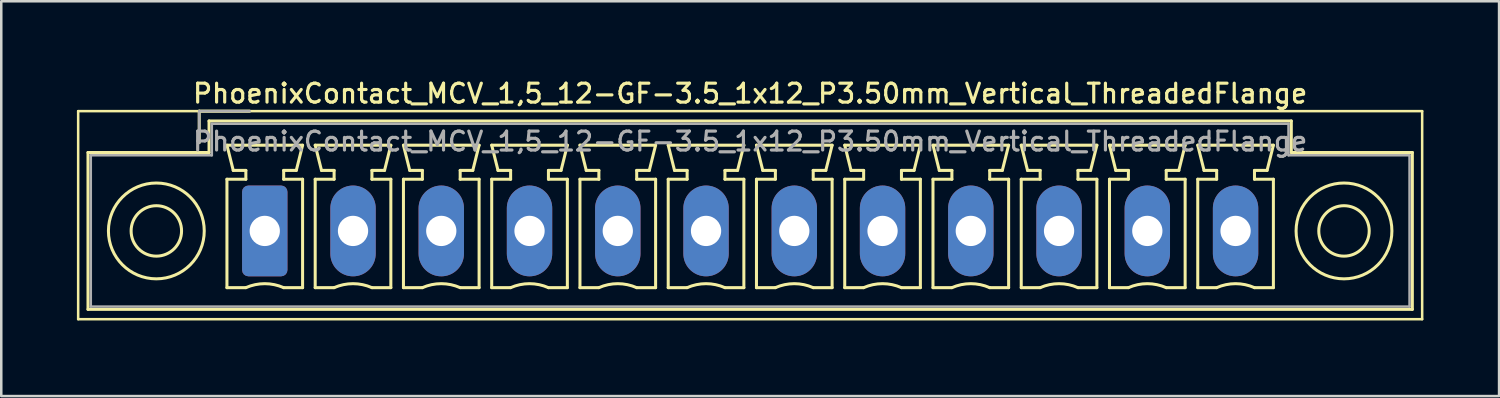
<source format=kicad_pcb>
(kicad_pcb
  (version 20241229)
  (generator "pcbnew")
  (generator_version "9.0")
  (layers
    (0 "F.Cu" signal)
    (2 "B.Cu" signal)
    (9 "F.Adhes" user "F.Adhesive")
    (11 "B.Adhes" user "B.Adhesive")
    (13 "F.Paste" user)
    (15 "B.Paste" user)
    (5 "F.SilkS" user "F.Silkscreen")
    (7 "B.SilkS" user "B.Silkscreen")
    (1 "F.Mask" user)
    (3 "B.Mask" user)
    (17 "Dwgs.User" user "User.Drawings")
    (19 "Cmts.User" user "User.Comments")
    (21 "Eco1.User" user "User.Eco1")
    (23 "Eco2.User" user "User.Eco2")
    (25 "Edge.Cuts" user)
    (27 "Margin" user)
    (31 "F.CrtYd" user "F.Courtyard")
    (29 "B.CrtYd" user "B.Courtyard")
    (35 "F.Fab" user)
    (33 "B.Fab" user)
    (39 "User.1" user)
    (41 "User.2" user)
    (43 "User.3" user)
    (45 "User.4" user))
  (footprint "PhoenixContact_MCV_1,5_12-GF-3.5_1x12_P3.50mm_Vertical_ThreadedFlange"
    (layer "F.Cu")
    (at 7.45 6.108)
    (property "Reference" "PhoenixContact_MCV_1,5_12-GF-3.5_1x12_P3.50mm_Vertical_ThreadedFlange" (at 19.25 -5.45 0) (layer "F.SilkS") (effects (font (size 0.75 0.75) (thickness 0.125))))
    (attr through_hole)
    (fp_line (start -7.4 -4.75) (end -7.4 3.5) (stroke (width 0.1) (type solid)) (layer "F.SilkS"))
    (fp_line (start -7.4 3.5) (end 45.9 3.5) (stroke (width 0.1) (type solid)) (layer "F.SilkS"))
    (fp_line (start -7.01 -3.11) (end -7.01 3.11) (stroke (width 0.12) (type solid)) (layer "F.SilkS"))
    (fp_line (start -7.01 3.11) (end 45.51 3.11) (stroke (width 0.12) (type solid)) (layer "F.SilkS"))
    (fp_line (start -2.6 -4.75) (end -0.6 -4.75) (stroke (width 0.12) (type solid)) (layer "F.SilkS"))
    (fp_line (start -2.6 -3.5) (end -2.6 -4.75) (stroke (width 0.12) (type solid)) (layer "F.SilkS"))
    (fp_line (start -2.21 -4.36) (end -2.21 -3.11) (stroke (width 0.12) (type solid)) (layer "F.SilkS"))
    (fp_line (start -2.21 -3.11) (end -7.01 -3.11) (stroke (width 0.12) (type solid)) (layer "F.SilkS"))
    (fp_line (start -1.5 -3.4) (end 1.5 -3.4) (stroke (width 0.12) (type solid)) (layer "F.SilkS"))
    (fp_line (start -1.5 -2.05) (end -0.75 -2.05) (stroke (width 0.12) (type solid)) (layer "F.SilkS"))
    (fp_line (start -1.5 2.25) (end -1.5 -2.05) (stroke (width 0.12) (type solid)) (layer "F.SilkS"))
    (fp_line (start -1.25 -2.4) (end -1.5 -3.4) (stroke (width 0.12) (type solid)) (layer "F.SilkS"))
    (fp_line (start -0.75 -2.4) (end -1.25 -2.4) (stroke (width 0.12) (type solid)) (layer "F.SilkS"))
    (fp_line (start -0.75 -2.05) (end -0.75 -2.4) (stroke (width 0.12) (type solid)) (layer "F.SilkS"))
    (fp_line (start -0.75 2.25) (end -1.5 2.25) (stroke (width 0.12) (type solid)) (layer "F.SilkS"))
    (fp_line (start 0.75 -2.4) (end 0.75 -2.05) (stroke (width 0.12) (type solid)) (layer "F.SilkS"))
    (fp_line (start 0.75 -2.05) (end 1.5 -2.05) (stroke (width 0.12) (type solid)) (layer "F.SilkS"))
    (fp_line (start 1.25 -2.4) (end 0.75 -2.4) (stroke (width 0.12) (type solid)) (layer "F.SilkS"))
    (fp_line (start 1.5 -3.4) (end 1.25 -2.4) (stroke (width 0.12) (type solid)) (layer "F.SilkS"))
    (fp_line (start 1.5 -2.05) (end 1.5 2.25) (stroke (width 0.12) (type solid)) (layer "F.SilkS"))
    (fp_line (start 1.5 2.25) (end 0.75 2.25) (stroke (width 0.12) (type solid)) (layer "F.SilkS"))
    (fp_line (start 2 -3.4) (end 5 -3.4) (stroke (width 0.12) (type solid)) (layer "F.SilkS"))
    (fp_line (start 2 -2.05) (end 2.75 -2.05) (stroke (width 0.12) (type solid)) (layer "F.SilkS"))
    (fp_line (start 2 2.25) (end 2 -2.05) (stroke (width 0.12) (type solid)) (layer "F.SilkS"))
    (fp_line (start 2.25 -2.4) (end 2 -3.4) (stroke (width 0.12) (type solid)) (layer "F.SilkS"))
    (fp_line (start 2.75 -2.4) (end 2.25 -2.4) (stroke (width 0.12) (type solid)) (layer "F.SilkS"))
    (fp_line (start 2.75 -2.05) (end 2.75 -2.4) (stroke (width 0.12) (type solid)) (layer "F.SilkS"))
    (fp_line (start 2.75 2.25) (end 2 2.25) (stroke (width 0.12) (type solid)) (layer "F.SilkS"))
    (fp_line (start 4.25 -2.4) (end 4.25 -2.05) (stroke (width 0.12) (type solid)) (layer "F.SilkS"))
    (fp_line (start 4.25 -2.05) (end 5 -2.05) (stroke (width 0.12) (type solid)) (layer "F.SilkS"))
    (fp_line (start 4.75 -2.4) (end 4.25 -2.4) (stroke (width 0.12) (type solid)) (layer "F.SilkS"))
    (fp_line (start 5 -3.4) (end 4.75 -2.4) (stroke (width 0.12) (type solid)) (layer "F.SilkS"))
    (fp_line (start 5 -2.05) (end 5 2.25) (stroke (width 0.12) (type solid)) (layer "F.SilkS"))
    (fp_line (start 5 2.25) (end 4.25 2.25) (stroke (width 0.12) (type solid)) (layer "F.SilkS"))
    (fp_line (start 5.5 -3.4) (end 8.5 -3.4) (stroke (width 0.12) (type solid)) (layer "F.SilkS"))
    (fp_line (start 5.5 -2.05) (end 6.25 -2.05) (stroke (width 0.12) (type solid)) (layer "F.SilkS"))
    (fp_line (start 5.5 2.25) (end 5.5 -2.05) (stroke (width 0.12) (type solid)) (layer "F.SilkS"))
    (fp_line (start 5.75 -2.4) (end 5.5 -3.4) (stroke (width 0.12) (type solid)) (layer "F.SilkS"))
    (fp_line (start 6.25 -2.4) (end 5.75 -2.4) (stroke (width 0.12) (type solid)) (layer "F.SilkS"))
    (fp_line (start 6.25 -2.05) (end 6.25 -2.4) (stroke (width 0.12) (type solid)) (layer "F.SilkS"))
    (fp_line (start 6.25 2.25) (end 5.5 2.25) (stroke (width 0.12) (type solid)) (layer "F.SilkS"))
    (fp_line (start 7.75 -2.4) (end 7.75 -2.05) (stroke (width 0.12) (type solid)) (layer "F.SilkS"))
    (fp_line (start 7.75 -2.05) (end 8.5 -2.05) (stroke (width 0.12) (type solid)) (layer "F.SilkS"))
    (fp_line (start 8.25 -2.4) (end 7.75 -2.4) (stroke (width 0.12) (type solid)) (layer "F.SilkS"))
    (fp_line (start 8.5 -3.4) (end 8.25 -2.4) (stroke (width 0.12) (type solid)) (layer "F.SilkS"))
    (fp_line (start 8.5 -2.05) (end 8.5 2.25) (stroke (width 0.12) (type solid)) (layer "F.SilkS"))
    (fp_line (start 8.5 2.25) (end 7.75 2.25) (stroke (width 0.12) (type solid)) (layer "F.SilkS"))
    (fp_line (start 9 -3.4) (end 12 -3.4) (stroke (width 0.12) (type solid)) (layer "F.SilkS"))
    (fp_line (start 9 -2.05) (end 9.75 -2.05) (stroke (width 0.12) (type solid)) (layer "F.SilkS"))
    (fp_line (start 9 2.25) (end 9 -2.05) (stroke (width 0.12) (type solid)) (layer "F.SilkS"))
    (fp_line (start 9.25 -2.4) (end 9 -3.4) (stroke (width 0.12) (type solid)) (layer "F.SilkS"))
    (fp_line (start 9.75 -2.4) (end 9.25 -2.4) (stroke (width 0.12) (type solid)) (layer "F.SilkS"))
    (fp_line (start 9.75 -2.05) (end 9.75 -2.4) (stroke (width 0.12) (type solid)) (layer "F.SilkS"))
    (fp_line (start 9.75 2.25) (end 9 2.25) (stroke (width 0.12) (type solid)) (layer "F.SilkS"))
    (fp_line (start 11.25 -2.4) (end 11.25 -2.05) (stroke (width 0.12) (type solid)) (layer "F.SilkS"))
    (fp_line (start 11.25 -2.05) (end 12 -2.05) (stroke (width 0.12) (type solid)) (layer "F.SilkS"))
    (fp_line (start 11.75 -2.4) (end 11.25 -2.4) (stroke (width 0.12) (type solid)) (layer "F.SilkS"))
    (fp_line (start 12 -3.4) (end 11.75 -2.4) (stroke (width 0.12) (type solid)) (layer "F.SilkS"))
    (fp_line (start 12 -2.05) (end 12 2.25) (stroke (width 0.12) (type solid)) (layer "F.SilkS"))
    (fp_line (start 12 2.25) (end 11.25 2.25) (stroke (width 0.12) (type solid)) (layer "F.SilkS"))
    (fp_line (start 12.5 -3.4) (end 15.5 -3.4) (stroke (width 0.12) (type solid)) (layer "F.SilkS"))
    (fp_line (start 12.5 -2.05) (end 13.25 -2.05) (stroke (width 0.12) (type solid)) (layer "F.SilkS"))
    (fp_line (start 12.5 2.25) (end 12.5 -2.05) (stroke (width 0.12) (type solid)) (layer "F.SilkS"))
    (fp_line (start 12.75 -2.4) (end 12.5 -3.4) (stroke (width 0.12) (type solid)) (layer "F.SilkS"))
    (fp_line (start 13.25 -2.4) (end 12.75 -2.4) (stroke (width 0.12) (type solid)) (layer "F.SilkS"))
    (fp_line (start 13.25 -2.05) (end 13.25 -2.4) (stroke (width 0.12) (type solid)) (layer "F.SilkS"))
    (fp_line (start 13.25 2.25) (end 12.5 2.25) (stroke (width 0.12) (type solid)) (layer "F.SilkS"))
    (fp_line (start 14.75 -2.4) (end 14.75 -2.05) (stroke (width 0.12) (type solid)) (layer "F.SilkS"))
    (fp_line (start 14.75 -2.05) (end 15.5 -2.05) (stroke (width 0.12) (type solid)) (layer "F.SilkS"))
    (fp_line (start 15.25 -2.4) (end 14.75 -2.4) (stroke (width 0.12) (type solid)) (layer "F.SilkS"))
    (fp_line (start 15.5 -3.4) (end 15.25 -2.4) (stroke (width 0.12) (type solid)) (layer "F.SilkS"))
    (fp_line (start 15.5 -2.05) (end 15.5 2.25) (stroke (width 0.12) (type solid)) (layer "F.SilkS"))
    (fp_line (start 15.5 2.25) (end 14.75 2.25) (stroke (width 0.12) (type solid)) (layer "F.SilkS"))
    (fp_line (start 16 -3.4) (end 19 -3.4) (stroke (width 0.12) (type solid)) (layer "F.SilkS"))
    (fp_line (start 16 -2.05) (end 16.75 -2.05) (stroke (width 0.12) (type solid)) (layer "F.SilkS"))
    (fp_line (start 16 2.25) (end 16 -2.05) (stroke (width 0.12) (type solid)) (layer "F.SilkS"))
    (fp_line (start 16.25 -2.4) (end 16 -3.4) (stroke (width 0.12) (type solid)) (layer "F.SilkS"))
    (fp_line (start 16.75 -2.4) (end 16.25 -2.4) (stroke (width 0.12) (type solid)) (layer "F.SilkS"))
    (fp_line (start 16.75 -2.05) (end 16.75 -2.4) (stroke (width 0.12) (type solid)) (layer "F.SilkS"))
    (fp_line (start 16.75 2.25) (end 16 2.25) (stroke (width 0.12) (type solid)) (layer "F.SilkS"))
    (fp_line (start 18.25 -2.4) (end 18.25 -2.05) (stroke (width 0.12) (type solid)) (layer "F.SilkS"))
    (fp_line (start 18.25 -2.05) (end 19 -2.05) (stroke (width 0.12) (type solid)) (layer "F.SilkS"))
    (fp_line (start 18.75 -2.4) (end 18.25 -2.4) (stroke (width 0.12) (type solid)) (layer "F.SilkS"))
    (fp_line (start 19 -3.4) (end 18.75 -2.4) (stroke (width 0.12) (type solid)) (layer "F.SilkS"))
    (fp_line (start 19 -2.05) (end 19 2.25) (stroke (width 0.12) (type solid)) (layer "F.SilkS"))
    (fp_line (start 19 2.25) (end 18.25 2.25) (stroke (width 0.12) (type solid)) (layer "F.SilkS"))
    (fp_line (start 19.5 -3.4) (end 22.5 -3.4) (stroke (width 0.12) (type solid)) (layer "F.SilkS"))
    (fp_line (start 19.5 -2.05) (end 20.25 -2.05) (stroke (width 0.12) (type solid)) (layer "F.SilkS"))
    (fp_line (start 19.5 2.25) (end 19.5 -2.05) (stroke (width 0.12) (type solid)) (layer "F.SilkS"))
    (fp_line (start 19.75 -2.4) (end 19.5 -3.4) (stroke (width 0.12) (type solid)) (layer "F.SilkS"))
    (fp_line (start 20.25 -2.4) (end 19.75 -2.4) (stroke (width 0.12) (type solid)) (layer "F.SilkS"))
    (fp_line (start 20.25 -2.05) (end 20.25 -2.4) (stroke (width 0.12) (type solid)) (layer "F.SilkS"))
    (fp_line (start 20.25 2.25) (end 19.5 2.25) (stroke (width 0.12) (type solid)) (layer "F.SilkS"))
    (fp_line (start 21.75 -2.4) (end 21.75 -2.05) (stroke (width 0.12) (type solid)) (layer "F.SilkS"))
    (fp_line (start 21.75 -2.05) (end 22.5 -2.05) (stroke (width 0.12) (type solid)) (layer "F.SilkS"))
    (fp_line (start 22.25 -2.4) (end 21.75 -2.4) (stroke (width 0.12) (type solid)) (layer "F.SilkS"))
    (fp_line (start 22.5 -3.4) (end 22.25 -2.4) (stroke (width 0.12) (type solid)) (layer "F.SilkS"))
    (fp_line (start 22.5 -2.05) (end 22.5 2.25) (stroke (width 0.12) (type solid)) (layer "F.SilkS"))
    (fp_line (start 22.5 2.25) (end 21.75 2.25) (stroke (width 0.12) (type solid)) (layer "F.SilkS"))
    (fp_line (start 23 -3.4) (end 26 -3.4) (stroke (width 0.12) (type solid)) (layer "F.SilkS"))
    (fp_line (start 23 -2.05) (end 23.75 -2.05) (stroke (width 0.12) (type solid)) (layer "F.SilkS"))
    (fp_line (start 23 2.25) (end 23 -2.05) (stroke (width 0.12) (type solid)) (layer "F.SilkS"))
    (fp_line (start 23.25 -2.4) (end 23 -3.4) (stroke (width 0.12) (type solid)) (layer "F.SilkS"))
    (fp_line (start 23.75 -2.4) (end 23.25 -2.4) (stroke (width 0.12) (type solid)) (layer "F.SilkS"))
    (fp_line (start 23.75 -2.05) (end 23.75 -2.4) (stroke (width 0.12) (type solid)) (layer "F.SilkS"))
    (fp_line (start 23.75 2.25) (end 23 2.25) (stroke (width 0.12) (type solid)) (layer "F.SilkS"))
    (fp_line (start 25.25 -2.4) (end 25.25 -2.05) (stroke (width 0.12) (type solid)) (layer "F.SilkS"))
    (fp_line (start 25.25 -2.05) (end 26 -2.05) (stroke (width 0.12) (type solid)) (layer "F.SilkS"))
    (fp_line (start 25.75 -2.4) (end 25.25 -2.4) (stroke (width 0.12) (type solid)) (layer "F.SilkS"))
    (fp_line (start 26 -3.4) (end 25.75 -2.4) (stroke (width 0.12) (type solid)) (layer "F.SilkS"))
    (fp_line (start 26 -2.05) (end 26 2.25) (stroke (width 0.12) (type solid)) (layer "F.SilkS"))
    (fp_line (start 26 2.25) (end 25.25 2.25) (stroke (width 0.12) (type solid)) (layer "F.SilkS"))
    (fp_line (start 26.5 -3.4) (end 29.5 -3.4) (stroke (width 0.12) (type solid)) (layer "F.SilkS"))
    (fp_line (start 26.5 -2.05) (end 27.25 -2.05) (stroke (width 0.12) (type solid)) (layer "F.SilkS"))
    (fp_line (start 26.5 2.25) (end 26.5 -2.05) (stroke (width 0.12) (type solid)) (layer "F.SilkS"))
    (fp_line (start 26.75 -2.4) (end 26.5 -3.4) (stroke (width 0.12) (type solid)) (layer "F.SilkS"))
    (fp_line (start 27.25 -2.4) (end 26.75 -2.4) (stroke (width 0.12) (type solid)) (layer "F.SilkS"))
    (fp_line (start 27.25 -2.05) (end 27.25 -2.4) (stroke (width 0.12) (type solid)) (layer "F.SilkS"))
    (fp_line (start 27.25 2.25) (end 26.5 2.25) (stroke (width 0.12) (type solid)) (layer "F.SilkS"))
    (fp_line (start 28.75 -2.4) (end 28.75 -2.05) (stroke (width 0.12) (type solid)) (layer "F.SilkS"))
    (fp_line (start 28.75 -2.05) (end 29.5 -2.05) (stroke (width 0.12) (type solid)) (layer "F.SilkS"))
    (fp_line (start 29.25 -2.4) (end 28.75 -2.4) (stroke (width 0.12) (type solid)) (layer "F.SilkS"))
    (fp_line (start 29.5 -3.4) (end 29.25 -2.4) (stroke (width 0.12) (type solid)) (layer "F.SilkS"))
    (fp_line (start 29.5 -2.05) (end 29.5 2.25) (stroke (width 0.12) (type solid)) (layer "F.SilkS"))
    (fp_line (start 29.5 2.25) (end 28.75 2.25) (stroke (width 0.12) (type solid)) (layer "F.SilkS"))
    (fp_line (start 30 -3.4) (end 33 -3.4) (stroke (width 0.12) (type solid)) (layer "F.SilkS"))
    (fp_line (start 30 -2.05) (end 30.75 -2.05) (stroke (width 0.12) (type solid)) (layer "F.SilkS"))
    (fp_line (start 30 2.25) (end 30 -2.05) (stroke (width 0.12) (type solid)) (layer "F.SilkS"))
    (fp_line (start 30.25 -2.4) (end 30 -3.4) (stroke (width 0.12) (type solid)) (layer "F.SilkS"))
    (fp_line (start 30.75 -2.4) (end 30.25 -2.4) (stroke (width 0.12) (type solid)) (layer "F.SilkS"))
    (fp_line (start 30.75 -2.05) (end 30.75 -2.4) (stroke (width 0.12) (type solid)) (layer "F.SilkS"))
    (fp_line (start 30.75 2.25) (end 30 2.25) (stroke (width 0.12) (type solid)) (layer "F.SilkS"))
    (fp_line (start 32.25 -2.4) (end 32.25 -2.05) (stroke (width 0.12) (type solid)) (layer "F.SilkS"))
    (fp_line (start 32.25 -2.05) (end 33 -2.05) (stroke (width 0.12) (type solid)) (layer "F.SilkS"))
    (fp_line (start 32.75 -2.4) (end 32.25 -2.4) (stroke (width 0.12) (type solid)) (layer "F.SilkS"))
    (fp_line (start 33 -3.4) (end 32.75 -2.4) (stroke (width 0.12) (type solid)) (layer "F.SilkS"))
    (fp_line (start 33 -2.05) (end 33 2.25) (stroke (width 0.12) (type solid)) (layer "F.SilkS"))
    (fp_line (start 33 2.25) (end 32.25 2.25) (stroke (width 0.12) (type solid)) (layer "F.SilkS"))
    (fp_line (start 33.5 -3.4) (end 36.5 -3.4) (stroke (width 0.12) (type solid)) (layer "F.SilkS"))
    (fp_line (start 33.5 -2.05) (end 34.25 -2.05) (stroke (width 0.12) (type solid)) (layer "F.SilkS"))
    (fp_line (start 33.5 2.25) (end 33.5 -2.05) (stroke (width 0.12) (type solid)) (layer "F.SilkS"))
    (fp_line (start 33.75 -2.4) (end 33.5 -3.4) (stroke (width 0.12) (type solid)) (layer "F.SilkS"))
    (fp_line (start 34.25 -2.4) (end 33.75 -2.4) (stroke (width 0.12) (type solid)) (layer "F.SilkS"))
    (fp_line (start 34.25 -2.05) (end 34.25 -2.4) (stroke (width 0.12) (type solid)) (layer "F.SilkS"))
    (fp_line (start 34.25 2.25) (end 33.5 2.25) (stroke (width 0.12) (type solid)) (layer "F.SilkS"))
    (fp_line (start 35.75 -2.4) (end 35.75 -2.05) (stroke (width 0.12) (type solid)) (layer "F.SilkS"))
    (fp_line (start 35.75 -2.05) (end 36.5 -2.05) (stroke (width 0.12) (type solid)) (layer "F.SilkS"))
    (fp_line (start 36.25 -2.4) (end 35.75 -2.4) (stroke (width 0.12) (type solid)) (layer "F.SilkS"))
    (fp_line (start 36.5 -3.4) (end 36.25 -2.4) (stroke (width 0.12) (type solid)) (layer "F.SilkS"))
    (fp_line (start 36.5 -2.05) (end 36.5 2.25) (stroke (width 0.12) (type solid)) (layer "F.SilkS"))
    (fp_line (start 36.5 2.25) (end 35.75 2.25) (stroke (width 0.12) (type solid)) (layer "F.SilkS"))
    (fp_line (start 37 -3.4) (end 40 -3.4) (stroke (width 0.12) (type solid)) (layer "F.SilkS"))
    (fp_line (start 37 -2.05) (end 37.75 -2.05) (stroke (width 0.12) (type solid)) (layer "F.SilkS"))
    (fp_line (start 37 2.25) (end 37 -2.05) (stroke (width 0.12) (type solid)) (layer "F.SilkS"))
    (fp_line (start 37.25 -2.4) (end 37 -3.4) (stroke (width 0.12) (type solid)) (layer "F.SilkS"))
    (fp_line (start 37.75 -2.4) (end 37.25 -2.4) (stroke (width 0.12) (type solid)) (layer "F.SilkS"))
    (fp_line (start 37.75 -2.05) (end 37.75 -2.4) (stroke (width 0.12) (type solid)) (layer "F.SilkS"))
    (fp_line (start 37.75 2.25) (end 37 2.25) (stroke (width 0.12) (type solid)) (layer "F.SilkS"))
    (fp_line (start 39.25 -2.4) (end 39.25 -2.05) (stroke (width 0.12) (type solid)) (layer "F.SilkS"))
    (fp_line (start 39.25 -2.05) (end 40 -2.05) (stroke (width 0.12) (type solid)) (layer "F.SilkS"))
    (fp_line (start 39.75 -2.4) (end 39.25 -2.4) (stroke (width 0.12) (type solid)) (layer "F.SilkS"))
    (fp_line (start 40 -3.4) (end 39.75 -2.4) (stroke (width 0.12) (type solid)) (layer "F.SilkS"))
    (fp_line (start 40 -2.05) (end 40 2.25) (stroke (width 0.12) (type solid)) (layer "F.SilkS"))
    (fp_line (start 40 2.25) (end 39.25 2.25) (stroke (width 0.12) (type solid)) (layer "F.SilkS"))
    (fp_line (start 40.71 -4.36) (end -2.21 -4.36) (stroke (width 0.12) (type solid)) (layer "F.SilkS"))
    (fp_line (start 40.71 -3.11) (end 40.71 -4.36) (stroke (width 0.12) (type solid)) (layer "F.SilkS"))
    (fp_line (start 45.51 -3.11) (end 40.71 -3.11) (stroke (width 0.12) (type solid)) (layer "F.SilkS"))
    (fp_line (start 45.51 3.11) (end 45.51 -3.11) (stroke (width 0.12) (type solid)) (layer "F.SilkS"))
    (fp_line (start 45.9 -4.75) (end -7.4 -4.75) (stroke (width 0.1) (type solid)) (layer "F.SilkS"))
    (fp_line (start 45.9 3.5) (end 45.9 -4.75) (stroke (width 0.1) (type solid)) (layer "F.SilkS"))
    (fp_arc (start -0.75 2.25) (mid -0.000193 2.09191) (end 0.749647 2.249844) (stroke (width 0.12) (type solid)) (layer "F.SilkS"))
    (fp_arc (start 2.75 2.25) (mid 3.499807 2.09191) (end 4.249647 2.249844) (stroke (width 0.12) (type solid)) (layer "F.SilkS"))
    (fp_arc (start 6.25 2.25) (mid 6.999807 2.09191) (end 7.749647 2.249844) (stroke (width 0.12) (type solid)) (layer "F.SilkS"))
    (fp_arc (start 9.75 2.25) (mid 10.499807 2.09191) (end 11.249647 2.249844) (stroke (width 0.12) (type solid)) (layer "F.SilkS"))
    (fp_arc (start 13.25 2.25) (mid 13.999807 2.09191) (end 14.749647 2.249844) (stroke (width 0.12) (type solid)) (layer "F.SilkS"))
    (fp_arc (start 16.75 2.25) (mid 17.499807 2.09191) (end 18.249647 2.249844) (stroke (width 0.12) (type solid)) (layer "F.SilkS"))
    (fp_arc (start 20.25 2.25) (mid 20.999807 2.09191) (end 21.749647 2.249844) (stroke (width 0.12) (type solid)) (layer "F.SilkS"))
    (fp_arc (start 23.75 2.25) (mid 24.499807 2.09191) (end 25.249647 2.249844) (stroke (width 0.12) (type solid)) (layer "F.SilkS"))
    (fp_arc (start 27.25 2.25) (mid 27.999807 2.09191) (end 28.749647 2.249844) (stroke (width 0.12) (type solid)) (layer "F.SilkS"))
    (fp_arc (start 30.75 2.25) (mid 31.499807 2.09191) (end 32.249647 2.249844) (stroke (width 0.12) (type solid)) (layer "F.SilkS"))
    (fp_arc (start 34.25 2.25) (mid 34.999807 2.09191) (end 35.749647 2.249844) (stroke (width 0.12) (type solid)) (layer "F.SilkS"))
    (fp_arc (start 37.75 2.25) (mid 38.499807 2.09191) (end 39.249647 2.249844) (stroke (width 0.12) (type solid)) (layer "F.SilkS"))
    (fp_circle (center -4.3 0) (end -3.3 0) (stroke (width 0.12) (type solid)) (fill no) (layer "F.SilkS"))
    (fp_circle (center -4.3 0) (end -2.4 0) (stroke (width 0.12) (type solid)) (fill no) (layer "F.SilkS"))
    (fp_circle (center 42.8 0) (end 43.8 0) (stroke (width 0.12) (type solid)) (fill no) (layer "F.SilkS"))
    (fp_circle (center 42.8 0) (end 44.7 0) (stroke (width 0.12) (type solid)) (fill no) (layer "F.SilkS"))
    (fp_line (start -6.9 -3) (end -6.9 3) (stroke (width 0.1) (type solid)) (layer "F.Fab"))
    (fp_line (start -6.9 3) (end 45.4 3) (stroke (width 0.1) (type solid)) (layer "F.Fab"))
    (fp_line (start -2.6 -4.75) (end -0.6 -4.75) (stroke (width 0.1) (type solid)) (layer "F.Fab"))
    (fp_line (start -2.6 -3.5) (end -2.6 -4.75) (stroke (width 0.1) (type solid)) (layer "F.Fab"))
    (fp_line (start -2.1 -4.25) (end -2.1 -3) (stroke (width 0.1) (type solid)) (layer "F.Fab"))
    (fp_line (start -2.1 -3) (end -6.9 -3) (stroke (width 0.1) (type solid)) (layer "F.Fab"))
    (fp_line (start 40.6 -4.25) (end -2.1 -4.25) (stroke (width 0.1) (type solid)) (layer "F.Fab"))
    (fp_line (start 40.6 -3) (end 40.6 -4.25) (stroke (width 0.1) (type solid)) (layer "F.Fab"))
    (fp_line (start 45.4 -3) (end 40.6 -3) (stroke (width 0.1) (type solid)) (layer "F.Fab"))
    (fp_line (start 45.4 3) (end 45.4 -3) (stroke (width 0.1) (type solid)) (layer "F.Fab"))
    (fp_text user "${REFERENCE}" (at 19.25 -3.55 0) (layer "F.Fab") (effects (font (size 0.75 0.75) (thickness 0.125))))
    (pad "1" thru_hole roundrect (at 0 0) (size 1.8 3.6) (drill 1.2) (layers "*.Cu" "*.Mask") (roundrect_rratio 0.139))
    (pad "2" thru_hole oval (at 3.5 0) (size 1.8 3.6) (drill 1.2) (layers "*.Cu" "*.Mask"))
    (pad "3" thru_hole oval (at 7 0) (size 1.8 3.6) (drill 1.2) (layers "*.Cu" "*.Mask"))
    (pad "4" thru_hole oval (at 10.5 0) (size 1.8 3.6) (drill 1.2) (layers "*.Cu" "*.Mask"))
    (pad "5" thru_hole oval (at 14 0) (size 1.8 3.6) (drill 1.2) (layers "*.Cu" "*.Mask"))
    (pad "6" thru_hole oval (at 17.5 0) (size 1.8 3.6) (drill 1.2) (layers "*.Cu" "*.Mask"))
    (pad "7" thru_hole oval (at 21 0) (size 1.8 3.6) (drill 1.2) (layers "*.Cu" "*.Mask"))
    (pad "8" thru_hole oval (at 24.5 0) (size 1.8 3.6) (drill 1.2) (layers "*.Cu" "*.Mask"))
    (pad "9" thru_hole oval (at 28 0) (size 1.8 3.6) (drill 1.2) (layers "*.Cu" "*.Mask"))
    (pad "10" thru_hole oval (at 31.5 0) (size 1.8 3.6) (drill 1.2) (layers "*.Cu" "*.Mask"))
    (pad "11" thru_hole oval (at 35 0) (size 1.8 3.6) (drill 1.2) (layers "*.Cu" "*.Mask"))
    (pad "12" thru_hole oval (at 38.5 0) (size 1.8 3.6) (drill 1.2) (layers "*.Cu" "*.Mask")))
  (gr_rect
    (start -3 -3)
    (end 56.4 12.658)
    (stroke (width 0.1) (type default))
    (fill no)
    (layer "Edge.Cuts")))
</source>
